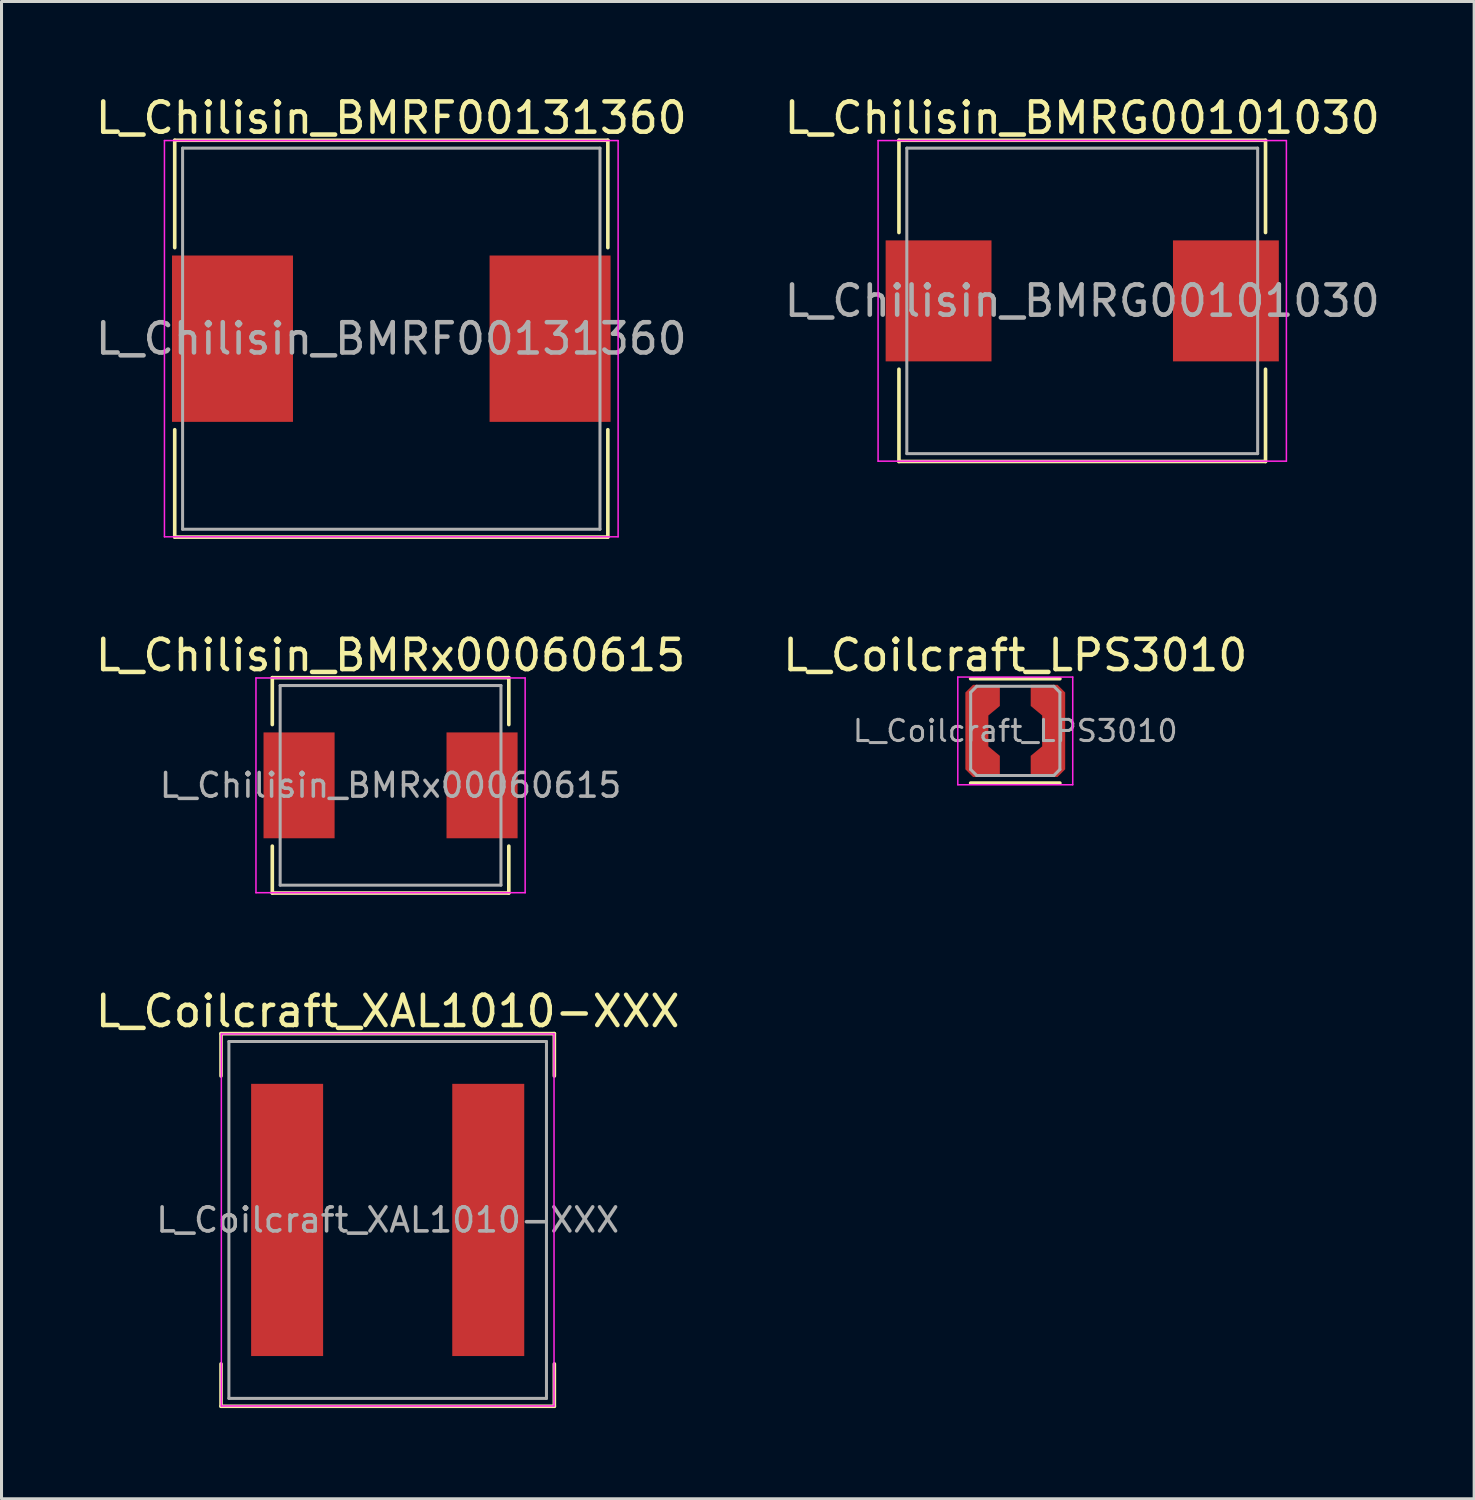
<source format=kicad_pcb>
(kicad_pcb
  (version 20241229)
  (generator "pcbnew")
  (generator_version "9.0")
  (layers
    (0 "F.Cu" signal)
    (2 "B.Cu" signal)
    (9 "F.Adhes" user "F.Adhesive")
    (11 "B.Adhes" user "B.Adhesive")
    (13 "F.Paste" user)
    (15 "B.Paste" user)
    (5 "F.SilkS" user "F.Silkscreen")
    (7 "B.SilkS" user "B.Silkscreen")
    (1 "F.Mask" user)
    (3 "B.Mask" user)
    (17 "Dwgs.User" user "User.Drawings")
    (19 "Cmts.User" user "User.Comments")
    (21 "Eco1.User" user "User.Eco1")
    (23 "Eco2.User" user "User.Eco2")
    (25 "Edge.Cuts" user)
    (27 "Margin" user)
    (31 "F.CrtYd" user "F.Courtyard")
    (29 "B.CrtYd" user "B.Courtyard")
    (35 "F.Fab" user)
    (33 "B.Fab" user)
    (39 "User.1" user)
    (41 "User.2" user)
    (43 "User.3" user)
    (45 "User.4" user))
  (footprint "L_Chilisin_BMRF00131360"
    (layer "F.Cu")
    (at 9.887 8.148)
    (property "Reference" "L_Chilisin_BMRF00131360" (at 0 -7.3 0) (layer "F.SilkS") (effects (font (size 1 1) (thickness 0.15))))
    (attr smd)
    (fp_line (start -7.16 -6.56) (end -7.16 -3.01) (stroke (width 0.12) (type solid)) (layer "F.SilkS"))
    (fp_line (start -7.16 -6.56) (end 7.16 -6.56) (stroke (width 0.12) (type solid)) (layer "F.SilkS"))
    (fp_line (start -7.16 6.56) (end -7.16 3.01) (stroke (width 0.12) (type solid)) (layer "F.SilkS"))
    (fp_line (start -7.16 6.56) (end 7.16 6.56) (stroke (width 0.12) (type solid)) (layer "F.SilkS"))
    (fp_line (start 7.16 -6.56) (end 7.16 -3.01) (stroke (width 0.12) (type solid)) (layer "F.SilkS"))
    (fp_line (start 7.16 6.56) (end 7.16 3.01) (stroke (width 0.12) (type solid)) (layer "F.SilkS"))
    (fp_line (start -7.5 -6.55) (end -7.5 6.55) (stroke (width 0.05) (type solid)) (layer "F.CrtYd"))
    (fp_line (start -7.5 6.55) (end 7.5 6.55) (stroke (width 0.05) (type solid)) (layer "F.CrtYd"))
    (fp_line (start 7.5 -6.55) (end -7.5 -6.55) (stroke (width 0.05) (type solid)) (layer "F.CrtYd"))
    (fp_line (start 7.5 6.55) (end 7.5 -6.55) (stroke (width 0.05) (type solid)) (layer "F.CrtYd"))
    (fp_line (start -6.9 -6.3) (end -6.9 6.3) (stroke (width 0.1) (type solid)) (layer "F.Fab"))
    (fp_line (start -6.9 6.3) (end 6.9 6.3) (stroke (width 0.1) (type solid)) (layer "F.Fab"))
    (fp_line (start 6.9 -6.3) (end -6.9 -6.3) (stroke (width 0.1) (type solid)) (layer "F.Fab"))
    (fp_line (start 6.9 6.3) (end 6.9 -6.3) (stroke (width 0.1) (type solid)) (layer "F.Fab"))
    (fp_text user "${REFERENCE}" (at 0 0 0) (layer "F.Fab") (effects (font (size 1 1) (thickness 0.15))))
    (pad "1" smd rect (at -5.25 0) (size 4 5.5) (layers "F.Cu" "F.Mask" "F.Paste"))
    (pad "2" smd rect (at 5.25 0) (size 4 5.5) (layers "F.Cu" "F.Mask" "F.Paste")))
  (footprint "L_Coilcraft_XAL1010-XXX"
    (layer "F.Cu")
    (at 9.768 37.285)
    (property "Reference" "L_Coilcraft_XAL1010-XXX" (at 0 -6.9 0) (layer "F.SilkS") (effects (font (size 1 1) (thickness 0.15))))
    (attr smd)
    (fp_line (start -5.51 -6.16) (end -5.51 -4.76) (stroke (width 0.12) (type solid)) (layer "F.SilkS"))
    (fp_line (start -5.51 -6.16) (end 5.51 -6.16) (stroke (width 0.12) (type solid)) (layer "F.SilkS"))
    (fp_line (start -5.51 6.16) (end -5.51 4.76) (stroke (width 0.12) (type solid)) (layer "F.SilkS"))
    (fp_line (start -5.51 6.16) (end 5.51 6.16) (stroke (width 0.12) (type solid)) (layer "F.SilkS"))
    (fp_line (start 5.51 -6.16) (end 5.51 -4.76) (stroke (width 0.12) (type solid)) (layer "F.SilkS"))
    (fp_line (start 5.51 6.16) (end 5.51 4.76) (stroke (width 0.12) (type solid)) (layer "F.SilkS"))
    (fp_line (start -5.5 -6.15) (end -5.5 6.15) (stroke (width 0.05) (type solid)) (layer "F.CrtYd"))
    (fp_line (start -5.5 6.15) (end 5.5 6.15) (stroke (width 0.05) (type solid)) (layer "F.CrtYd"))
    (fp_line (start 5.5 -6.15) (end -5.5 -6.15) (stroke (width 0.05) (type solid)) (layer "F.CrtYd"))
    (fp_line (start 5.5 6.15) (end 5.5 -6.15) (stroke (width 0.05) (type solid)) (layer "F.CrtYd"))
    (fp_line (start -5.25 -5.9) (end -5.25 5.9) (stroke (width 0.1) (type solid)) (layer "F.Fab"))
    (fp_line (start -5.25 5.9) (end 5.25 5.9) (stroke (width 0.1) (type solid)) (layer "F.Fab"))
    (fp_line (start 5.25 -5.9) (end -5.25 -5.9) (stroke (width 0.1) (type solid)) (layer "F.Fab"))
    (fp_line (start 5.25 5.9) (end 5.25 -5.9) (stroke (width 0.1) (type solid)) (layer "F.Fab"))
    (fp_text user "${REFERENCE}" (at 0 0 0) (layer "F.Fab") (effects (font (size 0.793 0.793) (thickness 0.119))))
    (pad "1" smd rect (at -3.325 0) (size 2.38 9) (layers "F.Cu" "F.Mask" "F.Paste"))
    (pad "2" smd rect (at 3.325 0) (size 2.38 9) (layers "F.Cu" "F.Mask" "F.Paste")))
  (footprint "L_Chilisin_BMRx00060615"
    (layer "F.Cu")
    (at 9.863 22.916)
    (property "Reference" "L_Chilisin_BMRx00060615" (at 0 -4.3 0) (layer "F.SilkS") (effects (font (size 1 1) (thickness 0.15))))
    (attr smd)
    (fp_line (start -3.91 -3.56) (end -3.91 -2.01) (stroke (width 0.12) (type solid)) (layer "F.SilkS"))
    (fp_line (start -3.91 -3.56) (end 3.91 -3.56) (stroke (width 0.12) (type solid)) (layer "F.SilkS"))
    (fp_line (start -3.91 3.56) (end -3.91 2.01) (stroke (width 0.12) (type solid)) (layer "F.SilkS"))
    (fp_line (start -3.91 3.56) (end 3.91 3.56) (stroke (width 0.12) (type solid)) (layer "F.SilkS"))
    (fp_line (start 3.91 -3.56) (end 3.91 -2.01) (stroke (width 0.12) (type solid)) (layer "F.SilkS"))
    (fp_line (start 3.91 3.56) (end 3.91 2.01) (stroke (width 0.12) (type solid)) (layer "F.SilkS"))
    (fp_line (start -4.45 -3.55) (end -4.45 3.55) (stroke (width 0.05) (type solid)) (layer "F.CrtYd"))
    (fp_line (start -4.45 3.55) (end 4.45 3.55) (stroke (width 0.05) (type solid)) (layer "F.CrtYd"))
    (fp_line (start 4.45 -3.55) (end -4.45 -3.55) (stroke (width 0.05) (type solid)) (layer "F.CrtYd"))
    (fp_line (start 4.45 3.55) (end 4.45 -3.55) (stroke (width 0.05) (type solid)) (layer "F.CrtYd"))
    (fp_line (start -3.65 -3.3) (end -3.65 3.3) (stroke (width 0.1) (type solid)) (layer "F.Fab"))
    (fp_line (start -3.65 3.3) (end 3.65 3.3) (stroke (width 0.1) (type solid)) (layer "F.Fab"))
    (fp_line (start 3.65 -3.3) (end -3.65 -3.3) (stroke (width 0.1) (type solid)) (layer "F.Fab"))
    (fp_line (start 3.65 3.3) (end 3.65 -3.3) (stroke (width 0.1) (type solid)) (layer "F.Fab"))
    (fp_text user "${REFERENCE}" (at 0 0 0) (layer "F.Fab") (effects (font (size 0.783 0.783) (thickness 0.117))))
    (pad "1" smd rect (at -3.025 0) (size 2.35 3.5) (layers "F.Cu" "F.Mask" "F.Paste"))
    (pad "2" smd rect (at 3.025 0) (size 2.35 3.5) (layers "F.Cu" "F.Mask" "F.Paste")))
  (footprint "L_Chilisin_BMRG00101030"
    (layer "F.Cu")
    (at 32.732 6.898)
    (property "Reference" "L_Chilisin_BMRG00101030" (at 0 -6.05 0) (layer "F.SilkS") (effects (font (size 1 1) (thickness 0.15))))
    (attr smd)
    (fp_line (start -6.06 -5.31) (end -6.06 -2.26) (stroke (width 0.12) (type solid)) (layer "F.SilkS"))
    (fp_line (start -6.06 -5.31) (end 6.06 -5.31) (stroke (width 0.12) (type solid)) (layer "F.SilkS"))
    (fp_line (start -6.06 5.31) (end -6.06 2.26) (stroke (width 0.12) (type solid)) (layer "F.SilkS"))
    (fp_line (start -6.06 5.31) (end 6.06 5.31) (stroke (width 0.12) (type solid)) (layer "F.SilkS"))
    (fp_line (start 6.06 -5.31) (end 6.06 -2.26) (stroke (width 0.12) (type solid)) (layer "F.SilkS"))
    (fp_line (start 6.06 5.31) (end 6.06 2.26) (stroke (width 0.12) (type solid)) (layer "F.SilkS"))
    (fp_line (start -6.75 -5.3) (end -6.75 5.3) (stroke (width 0.05) (type solid)) (layer "F.CrtYd"))
    (fp_line (start -6.75 5.3) (end 6.75 5.3) (stroke (width 0.05) (type solid)) (layer "F.CrtYd"))
    (fp_line (start 6.75 -5.3) (end -6.75 -5.3) (stroke (width 0.05) (type solid)) (layer "F.CrtYd"))
    (fp_line (start 6.75 5.3) (end 6.75 -5.3) (stroke (width 0.05) (type solid)) (layer "F.CrtYd"))
    (fp_line (start -5.8 -5.05) (end -5.8 5.05) (stroke (width 0.1) (type solid)) (layer "F.Fab"))
    (fp_line (start -5.8 5.05) (end 5.8 5.05) (stroke (width 0.1) (type solid)) (layer "F.Fab"))
    (fp_line (start 5.8 -5.05) (end -5.8 -5.05) (stroke (width 0.1) (type solid)) (layer "F.Fab"))
    (fp_line (start 5.8 5.05) (end 5.8 -5.05) (stroke (width 0.1) (type solid)) (layer "F.Fab"))
    (fp_text user "${REFERENCE}" (at 0 0 0) (layer "F.Fab") (effects (font (size 1 1) (thickness 0.15))))
    (pad "1" smd rect (at -4.75 0) (size 3.5 4) (layers "F.Cu" "F.Mask" "F.Paste"))
    (pad "2" smd rect (at 4.75 0) (size 3.5 4) (layers "F.Cu" "F.Mask" "F.Paste")))
  (footprint "L_Coilcraft_LPS3010"
    (layer "F.Cu")
    (at 30.518 21.116)
    (property "Reference" "L_Coilcraft_LPS3010" (at 0 -2.5 0) (layer "F.SilkS") (effects (font (size 1 1) (thickness 0.15))))
    (attr smd)
    (fp_line (start -1.475 -1.725) (end 1.475 -1.725) (stroke (width 0.12) (type solid)) (layer "F.SilkS"))
    (fp_line (start -1.475 1.725) (end 1.475 1.725) (stroke (width 0.12) (type solid)) (layer "F.SilkS"))
    (fp_line (start -1.9 -1.78) (end 1.9 -1.78) (stroke (width 0.05) (type solid)) (layer "F.CrtYd"))
    (fp_line (start -1.9 1.78) (end -1.9 -1.78) (stroke (width 0.05) (type solid)) (layer "F.CrtYd"))
    (fp_line (start 1.9 -1.78) (end 1.9 1.78) (stroke (width 0.05) (type solid)) (layer "F.CrtYd"))
    (fp_line (start 1.9 1.78) (end -1.9 1.78) (stroke (width 0.05) (type solid)) (layer "F.CrtYd"))
    (fp_line (start -1.475 -1.275) (end -1.275 -1.475) (stroke (width 0.1) (type solid)) (layer "F.Fab"))
    (fp_line (start -1.475 1.275) (end -1.475 -1.275) (stroke (width 0.1) (type solid)) (layer "F.Fab"))
    (fp_line (start -1.475 1.275) (end -1.275 1.475) (stroke (width 0.1) (type solid)) (layer "F.Fab"))
    (fp_line (start -1.275 -1.475) (end 1.275 -1.475) (stroke (width 0.1) (type solid)) (layer "F.Fab"))
    (fp_line (start 1.275 -1.475) (end 1.475 -1.275) (stroke (width 0.1) (type solid)) (layer "F.Fab"))
    (fp_line (start 1.275 1.475) (end -1.275 1.475) (stroke (width 0.1) (type solid)) (layer "F.Fab"))
    (fp_line (start 1.475 -1.275) (end 1.475 1.275) (stroke (width 0.1) (type solid)) (layer "F.Fab"))
    (fp_line (start 1.475 1.275) (end 1.275 1.475) (stroke (width 0.1) (type solid)) (layer "F.Fab"))
    (fp_text user "${REFERENCE}" (at 0 0 0) (layer "F.Fab") (effects (font (size 0.7 0.7) (thickness 0.1))))
    (pad "1" smd custom (at -1.27 0) (size 0.76 2.54) (layers "F.Cu" "F.Mask" "F.Paste") (options (anchor rect)) (primitives (gr_poly (pts (xy 0.76 -0.825) (xy 0.38 -0.51) (xy 0.38 0.51) (xy 0.76 0.825) (xy 0.76 1.525) (xy -0.125 1.525) (xy -0.38 1.27) (xy -0.38 -1.27) (xy -0.125 -1.525) (xy 0.76 -1.525)) (width 0) (fill yes))))
    (pad "2" smd custom (at 1.27 0 180) (size 0.76 2.54) (layers "F.Cu" "F.Mask" "F.Paste") (options (anchor rect)) (primitives (gr_poly (pts (xy 0.76 -0.825) (xy 0.38 -0.51) (xy 0.38 0.51) (xy 0.76 0.825) (xy 0.76 1.525) (xy -0.125 1.525) (xy -0.38 1.27) (xy -0.38 -1.27) (xy -0.125 -1.525) (xy 0.76 -1.525)) (width 0) (fill yes)))))
  (gr_rect
    (start -3 -3)
    (end 45.69 46.505)
    (stroke (width 0.1) (type default))
    (fill no)
    (layer "Edge.Cuts")))
</source>
